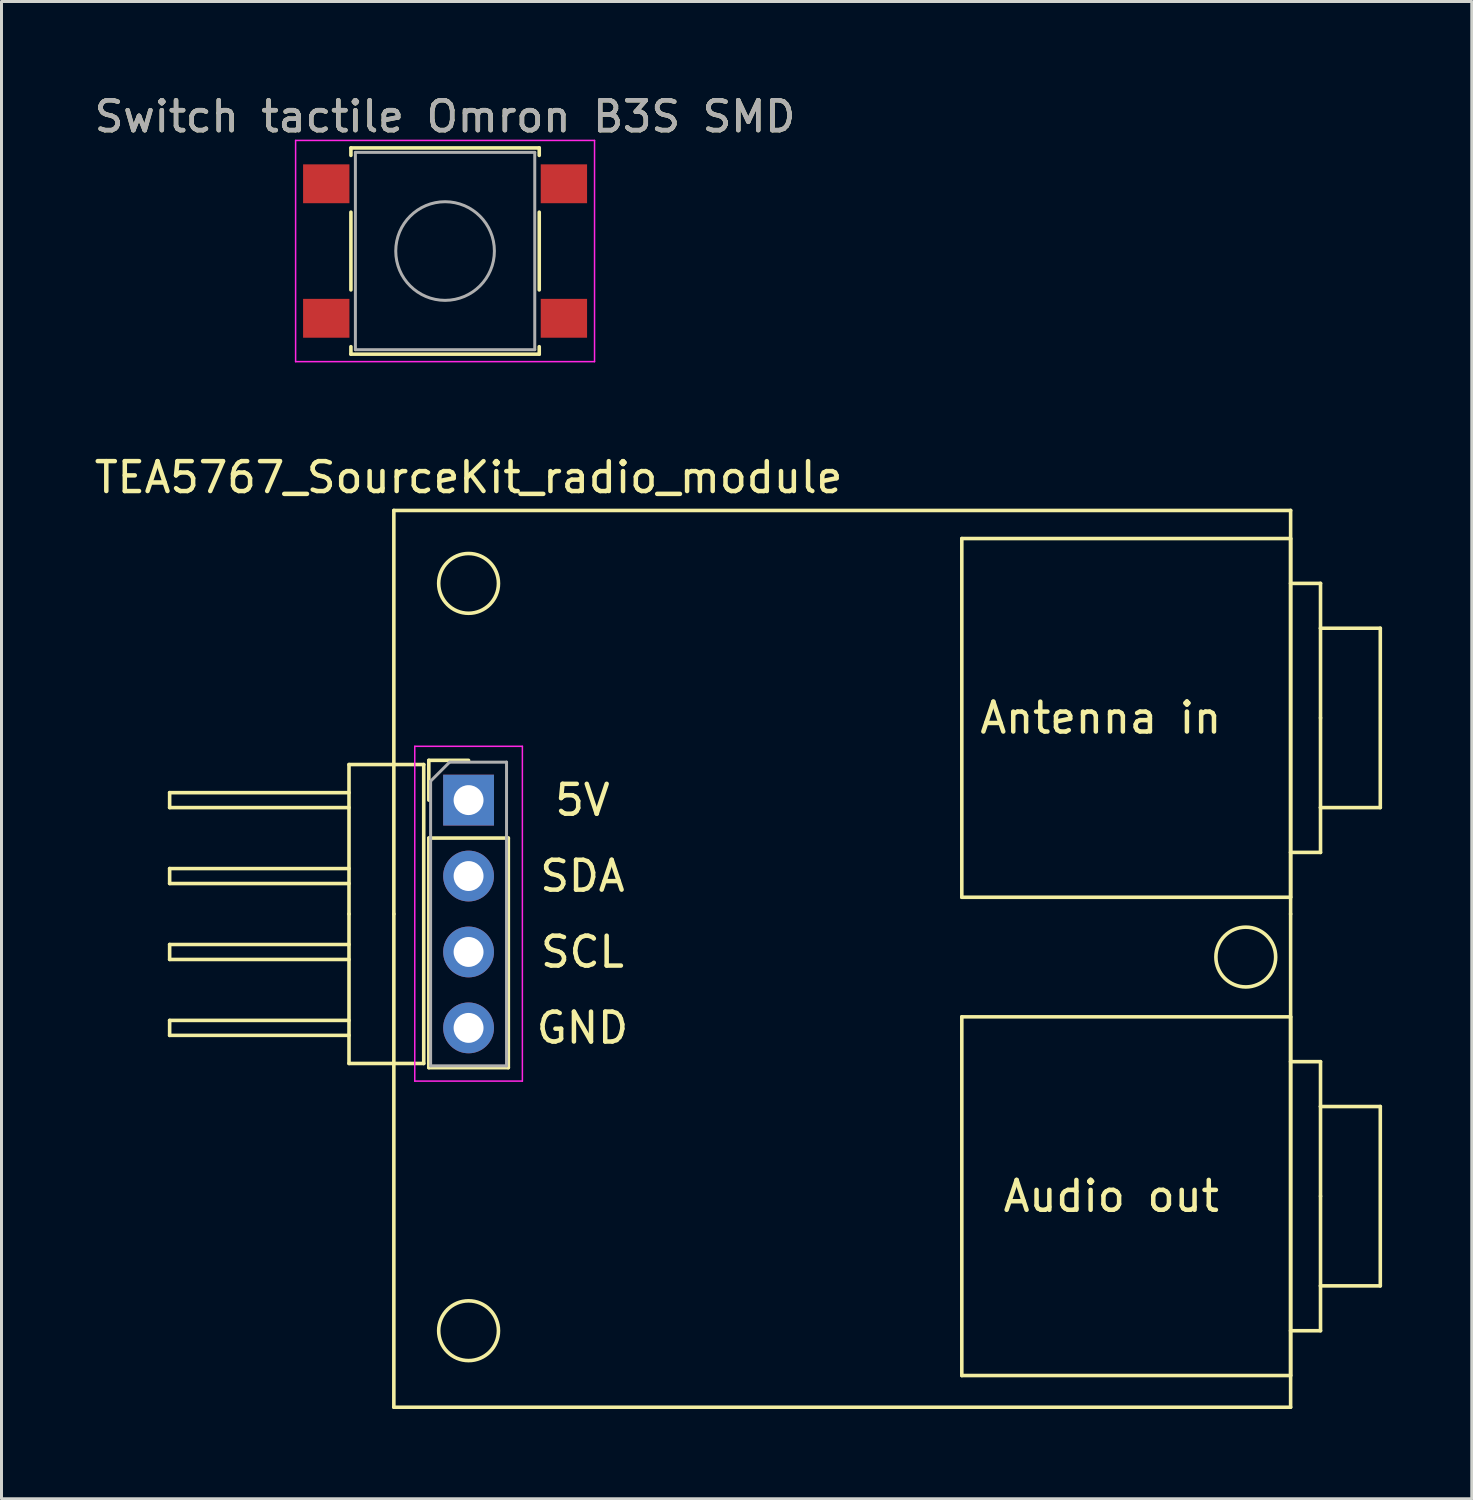
<source format=kicad_pcb>
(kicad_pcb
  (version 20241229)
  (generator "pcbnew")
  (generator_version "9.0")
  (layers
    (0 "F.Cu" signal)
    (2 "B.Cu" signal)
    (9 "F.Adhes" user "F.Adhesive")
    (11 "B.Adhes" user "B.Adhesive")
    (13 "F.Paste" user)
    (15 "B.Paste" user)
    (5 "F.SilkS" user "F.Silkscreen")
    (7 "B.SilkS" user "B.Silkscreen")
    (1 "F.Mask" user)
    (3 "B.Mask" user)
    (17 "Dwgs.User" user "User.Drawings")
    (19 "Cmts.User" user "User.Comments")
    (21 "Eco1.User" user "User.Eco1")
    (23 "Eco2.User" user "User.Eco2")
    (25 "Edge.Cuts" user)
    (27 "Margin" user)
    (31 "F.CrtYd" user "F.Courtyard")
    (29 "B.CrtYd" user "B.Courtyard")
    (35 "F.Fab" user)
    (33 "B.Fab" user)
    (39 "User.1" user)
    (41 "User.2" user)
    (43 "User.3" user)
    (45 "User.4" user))
  (footprint "TEA5767_SourceKit_radio_module"
    (layer "F.Cu")
    (at 12.625 23.716)
    (property "Reference" "TEA5767_SourceKit_radio_module" (at 0 -10.795 0) (layer "F.SilkS") (effects (font (size 1 1) (thickness 0.15))))
    (attr through_hole)
    (fp_line (start -10 -0.25) (end -10 0.25) (stroke (width 0.12) (type solid)) (layer "F.SilkS"))
    (fp_line (start -10 0.25) (end -4 0.25) (stroke (width 0.12) (type solid)) (layer "F.SilkS"))
    (fp_line (start -10 2.29) (end -10 2.79) (stroke (width 0.12) (type solid)) (layer "F.SilkS"))
    (fp_line (start -10 2.79) (end -4 2.79) (stroke (width 0.12) (type solid)) (layer "F.SilkS"))
    (fp_line (start -10 4.83) (end -10 5.33) (stroke (width 0.12) (type solid)) (layer "F.SilkS"))
    (fp_line (start -10 5.33) (end -4 5.33) (stroke (width 0.12) (type solid)) (layer "F.SilkS"))
    (fp_line (start -10 7.37) (end -10 7.87) (stroke (width 0.12) (type solid)) (layer "F.SilkS"))
    (fp_line (start -10 7.87) (end -4 7.87) (stroke (width 0.12) (type solid)) (layer "F.SilkS"))
    (fp_line (start -4 -1.19) (end -1.5 -1.19) (stroke (width 0.12) (type solid)) (layer "F.SilkS"))
    (fp_line (start -4 -0.25) (end -10 -0.25) (stroke (width 0.12) (type solid)) (layer "F.SilkS"))
    (fp_line (start -4 2.29) (end -10 2.29) (stroke (width 0.12) (type solid)) (layer "F.SilkS"))
    (fp_line (start -4 3.81) (end -4 -1.19) (stroke (width 0.12) (type solid)) (layer "F.SilkS"))
    (fp_line (start -4 4.83) (end -10 4.83) (stroke (width 0.12) (type solid)) (layer "F.SilkS"))
    (fp_line (start -4 7.37) (end -10 7.37) (stroke (width 0.12) (type solid)) (layer "F.SilkS"))
    (fp_line (start -4 8.81) (end -4 3.81) (stroke (width 0.12) (type solid)) (layer "F.SilkS"))
    (fp_line (start -2.5 -9.69) (end 27.5 -9.69) (stroke (width 0.12) (type solid)) (layer "F.SilkS"))
    (fp_line (start -2.5 3.81) (end -2.5 -9.69) (stroke (width 0.12) (type solid)) (layer "F.SilkS"))
    (fp_line (start -2.5 20.31) (end -2.5 3.81) (stroke (width 0.12) (type solid)) (layer "F.SilkS"))
    (fp_line (start -1.5 -1.19) (end -1.5 8.81) (stroke (width 0.12) (type solid)) (layer "F.SilkS"))
    (fp_line (start -1.5 8.81) (end -4 8.81) (stroke (width 0.12) (type solid)) (layer "F.SilkS"))
    (fp_line (start -1.33 -1.33) (end 0 -1.33) (stroke (width 0.12) (type solid)) (layer "F.SilkS"))
    (fp_line (start -1.33 0) (end -1.33 -1.33) (stroke (width 0.12) (type solid)) (layer "F.SilkS"))
    (fp_line (start -1.33 1.27) (end -1.33 8.95) (stroke (width 0.12) (type solid)) (layer "F.SilkS"))
    (fp_line (start -1.33 1.27) (end 1.33 1.27) (stroke (width 0.12) (type solid)) (layer "F.SilkS"))
    (fp_line (start -1.33 8.95) (end 1.33 8.95) (stroke (width 0.12) (type solid)) (layer "F.SilkS"))
    (fp_line (start 1.33 1.27) (end 1.33 8.95) (stroke (width 0.12) (type solid)) (layer "F.SilkS"))
    (fp_line (start 16.5 -8.75) (end 16.5 3.25) (stroke (width 0.12) (type solid)) (layer "F.SilkS"))
    (fp_line (start 16.5 3.25) (end 27.5 3.25) (stroke (width 0.12) (type solid)) (layer "F.SilkS"))
    (fp_line (start 16.5 7.25) (end 16.5 19.25) (stroke (width 0.12) (type solid)) (layer "F.SilkS"))
    (fp_line (start 16.5 19.25) (end 27.5 19.25) (stroke (width 0.12) (type solid)) (layer "F.SilkS"))
    (fp_line (start 27.5 -9.69) (end 27.5 3.81) (stroke (width 0.12) (type solid)) (layer "F.SilkS"))
    (fp_line (start 27.5 -8.75) (end 16.5 -8.75) (stroke (width 0.12) (type solid)) (layer "F.SilkS"))
    (fp_line (start 27.5 -7.25) (end 27.5 -8.75) (stroke (width 0.12) (type solid)) (layer "F.SilkS"))
    (fp_line (start 27.5 -7.25) (end 27.5 1.75) (stroke (width 0.12) (type solid)) (layer "F.SilkS"))
    (fp_line (start 27.5 1.75) (end 28.5 1.75) (stroke (width 0.12) (type solid)) (layer "F.SilkS"))
    (fp_line (start 27.5 3.25) (end 27.5 1.75) (stroke (width 0.12) (type solid)) (layer "F.SilkS"))
    (fp_line (start 27.5 3.81) (end 27.5 20.31) (stroke (width 0.12) (type solid)) (layer "F.SilkS"))
    (fp_line (start 27.5 7.25) (end 16.5 7.25) (stroke (width 0.12) (type solid)) (layer "F.SilkS"))
    (fp_line (start 27.5 8.75) (end 27.5 7.25) (stroke (width 0.12) (type solid)) (layer "F.SilkS"))
    (fp_line (start 27.5 8.75) (end 27.5 17.75) (stroke (width 0.12) (type solid)) (layer "F.SilkS"))
    (fp_line (start 27.5 17.75) (end 28.5 17.75) (stroke (width 0.12) (type solid)) (layer "F.SilkS"))
    (fp_line (start 27.5 19.25) (end 27.5 17.75) (stroke (width 0.12) (type solid)) (layer "F.SilkS"))
    (fp_line (start 27.5 20.31) (end -2.5 20.31) (stroke (width 0.12) (type solid)) (layer "F.SilkS"))
    (fp_line (start 28.5 -7.25) (end 27.5 -7.25) (stroke (width 0.12) (type solid)) (layer "F.SilkS"))
    (fp_line (start 28.5 -5.75) (end 28.5 -7.25) (stroke (width 0.12) (type solid)) (layer "F.SilkS"))
    (fp_line (start 28.5 -5.75) (end 30.5 -5.75) (stroke (width 0.12) (type solid)) (layer "F.SilkS"))
    (fp_line (start 28.5 -2.75) (end 28.5 -5.75) (stroke (width 0.12) (type solid)) (layer "F.SilkS"))
    (fp_line (start 28.5 0.25) (end 28.5 -2.75) (stroke (width 0.12) (type solid)) (layer "F.SilkS"))
    (fp_line (start 28.5 1.75) (end 28.5 0.25) (stroke (width 0.12) (type solid)) (layer "F.SilkS"))
    (fp_line (start 28.5 8.75) (end 27.5 8.75) (stroke (width 0.12) (type solid)) (layer "F.SilkS"))
    (fp_line (start 28.5 10.25) (end 28.5 8.75) (stroke (width 0.12) (type solid)) (layer "F.SilkS"))
    (fp_line (start 28.5 10.25) (end 30.5 10.25) (stroke (width 0.12) (type solid)) (layer "F.SilkS"))
    (fp_line (start 28.5 13.25) (end 28.5 10.25) (stroke (width 0.12) (type solid)) (layer "F.SilkS"))
    (fp_line (start 28.5 16.25) (end 28.5 13.25) (stroke (width 0.12) (type solid)) (layer "F.SilkS"))
    (fp_line (start 28.5 17.75) (end 28.5 16.25) (stroke (width 0.12) (type solid)) (layer "F.SilkS"))
    (fp_line (start 30.5 -5.75) (end 30.5 0.25) (stroke (width 0.12) (type solid)) (layer "F.SilkS"))
    (fp_line (start 30.5 0.25) (end 28.5 0.25) (stroke (width 0.12) (type solid)) (layer "F.SilkS"))
    (fp_line (start 30.5 10.25) (end 30.5 16.25) (stroke (width 0.12) (type solid)) (layer "F.SilkS"))
    (fp_line (start 30.5 16.25) (end 28.5 16.25) (stroke (width 0.12) (type solid)) (layer "F.SilkS"))
    (fp_circle (center 0 -7.25) (end 1 -7.25) (stroke (width 0.12) (type solid)) (fill no) (layer "F.SilkS"))
    (fp_circle (center 0 17.75) (end 1 17.75) (stroke (width 0.12) (type solid)) (fill no) (layer "F.SilkS"))
    (fp_circle (center 26 5.25) (end 27 5.25) (stroke (width 0.12) (type solid)) (fill no) (layer "F.SilkS"))
    (fp_line (start -1.8 -1.8) (end -1.8 9.4) (stroke (width 0.05) (type solid)) (layer "F.CrtYd"))
    (fp_line (start -1.8 9.4) (end 1.8 9.4) (stroke (width 0.05) (type solid)) (layer "F.CrtYd"))
    (fp_line (start 1.8 -1.8) (end -1.8 -1.8) (stroke (width 0.05) (type solid)) (layer "F.CrtYd"))
    (fp_line (start 1.8 9.4) (end 1.8 -1.8) (stroke (width 0.05) (type solid)) (layer "F.CrtYd"))
    (fp_line (start -1.27 -0.635) (end -0.635 -1.27) (stroke (width 0.1) (type solid)) (layer "F.Fab"))
    (fp_line (start -1.27 8.89) (end -1.27 -0.635) (stroke (width 0.1) (type solid)) (layer "F.Fab"))
    (fp_line (start -0.635 -1.27) (end 1.27 -1.27) (stroke (width 0.1) (type solid)) (layer "F.Fab"))
    (fp_line (start 1.27 -1.27) (end 1.27 8.89) (stroke (width 0.1) (type solid)) (layer "F.Fab"))
    (fp_line (start 1.27 8.89) (end -1.27 8.89) (stroke (width 0.1) (type solid)) (layer "F.Fab"))
    (fp_text user "GND" (at 3.81 7.62 0) (layer "F.SilkS") (effects (font (size 1 1) (thickness 0.15))))
    (fp_text user "Audio out" (at 21.5 13.25 0) (layer "F.SilkS") (effects (font (size 1 1) (thickness 0.15))))
    (fp_text user "SCL" (at 3.81 5.08 0) (layer "F.SilkS") (effects (font (size 1 1) (thickness 0.15))))
    (fp_text user "SDA" (at 3.81 2.54 0) (layer "F.SilkS") (effects (font (size 1 1) (thickness 0.15))))
    (fp_text user "5V" (at 3.81 0 0) (layer "F.SilkS") (effects (font (size 1 1) (thickness 0.15))))
    (fp_text user "Antenna in" (at 21.15 -2.75 0) (layer "F.SilkS") (effects (font (size 1 1) (thickness 0.15))))
    (pad "1" thru_hole rect (at 0 0) (size 1.7 1.7) (drill 1) (layers "*.Cu" "*.Mask"))
    (pad "2" thru_hole oval (at 0 2.54) (size 1.7 1.7) (drill 1) (layers "*.Cu" "*.Mask"))
    (pad "3" thru_hole oval (at 0 5.08) (size 1.7 1.7) (drill 1) (layers "*.Cu" "*.Mask"))
    (pad "4" thru_hole oval (at 0 7.62) (size 1.7 1.7) (drill 1) (layers "*.Cu" "*.Mask")))
  (footprint "Switch tactile Omron B3S SMD"
    (layer "F.Cu")
    (at 11.839 5.348)
    (property "Reference" "Switch tactile Omron B3S SMD" (at 0 -4.5 0) (layer "F.SilkS") (effects (font (size 1 1) (thickness 0.15))))
    (attr smd)
    (fp_line (start -3.15 -3.45) (end 3.15 -3.45) (stroke (width 0.12) (type solid)) (layer "F.SilkS"))
    (fp_line (start -3.15 -3.2) (end -3.15 -3.45) (stroke (width 0.12) (type solid)) (layer "F.SilkS"))
    (fp_line (start -3.15 1.3) (end -3.15 -1.3) (stroke (width 0.12) (type solid)) (layer "F.SilkS"))
    (fp_line (start -3.15 3.45) (end -3.15 3.2) (stroke (width 0.12) (type solid)) (layer "F.SilkS"))
    (fp_line (start 3.15 -3.45) (end 3.15 -3.2) (stroke (width 0.12) (type solid)) (layer "F.SilkS"))
    (fp_line (start 3.15 -1.3) (end 3.15 1.3) (stroke (width 0.12) (type solid)) (layer "F.SilkS"))
    (fp_line (start 3.15 3.2) (end 3.15 3.45) (stroke (width 0.12) (type solid)) (layer "F.SilkS"))
    (fp_line (start 3.15 3.45) (end -3.15 3.45) (stroke (width 0.12) (type solid)) (layer "F.SilkS"))
    (fp_line (start -5 -3.7) (end -5 3.7) (stroke (width 0.05) (type solid)) (layer "F.CrtYd"))
    (fp_line (start -5 3.7) (end 5 3.7) (stroke (width 0.05) (type solid)) (layer "F.CrtYd"))
    (fp_line (start 5 -3.7) (end -5 -3.7) (stroke (width 0.05) (type solid)) (layer "F.CrtYd"))
    (fp_line (start 5 3.7) (end 5 -3.7) (stroke (width 0.05) (type solid)) (layer "F.CrtYd"))
    (fp_line (start -3 -3.3) (end 3 -3.3) (stroke (width 0.1) (type solid)) (layer "F.Fab"))
    (fp_line (start -3 3.3) (end -3 -3.3) (stroke (width 0.1) (type solid)) (layer "F.Fab"))
    (fp_line (start 3 -3.3) (end 3 3.3) (stroke (width 0.1) (type solid)) (layer "F.Fab"))
    (fp_line (start 3 3.3) (end -3 3.3) (stroke (width 0.1) (type solid)) (layer "F.Fab"))
    (fp_circle (center 0 0) (end 1.65 0) (stroke (width 0.1) (type solid)) (fill no) (layer "F.Fab"))
    (fp_text user "${REFERENCE}" (at 0 -4.5 0) (layer "F.Fab") (effects (font (size 1 1) (thickness 0.15))))
    (pad "1" smd rect (at -3.975 -2.25) (size 1.55 1.3) (layers "F.Cu" "F.Mask" "F.Paste"))
    (pad "1" smd rect (at 3.975 -2.25) (size 1.55 1.3) (layers "F.Cu" "F.Mask" "F.Paste"))
    (pad "2" smd rect (at -3.975 2.25) (size 1.55 1.3) (layers "F.Cu" "F.Mask" "F.Paste"))
    (pad "2" smd rect (at 3.975 2.25) (size 1.55 1.3) (layers "F.Cu" "F.Mask" "F.Paste")))
  (gr_rect
    (start -3 -3)
    (end 46.185 47.087)
    (stroke (width 0.1) (type default))
    (fill no)
    (layer "Edge.Cuts")))
</source>
